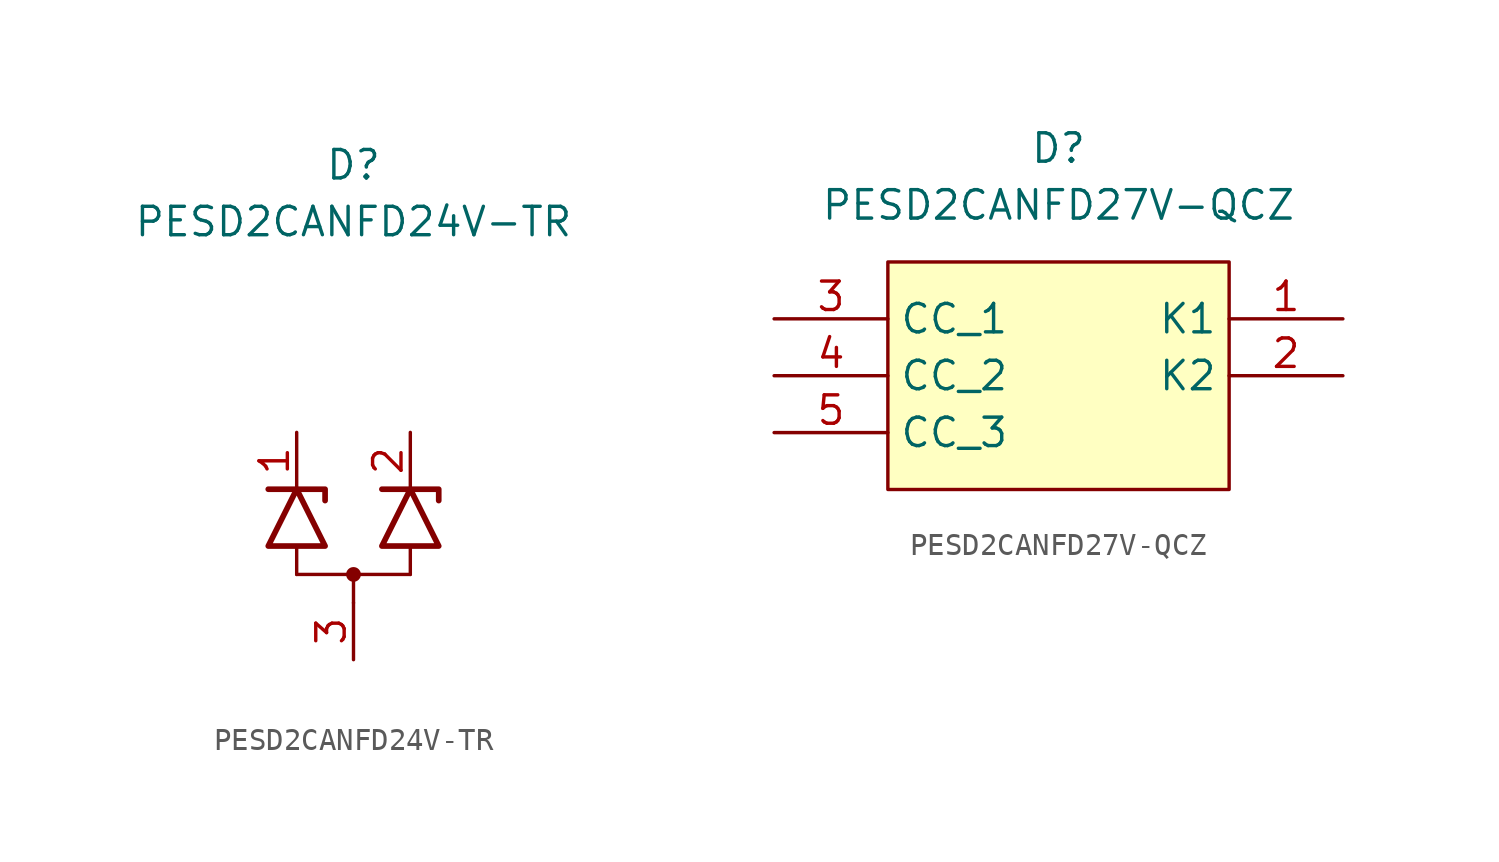
<source format=kicad_sym>
(kicad_symbol_lib
  (version 20241209)
  (generator "kicad_symbol_editor")
  (generator_version "9.0")
  (symbol "PESD2CANFD24V-TR"
    (pin_names hide)
    (property "Reference" "D"
      (at 0 17.78 0)
      (effects (font (size 1.27 1.27)) (justify top)))
    (property "Value" "PESD2CANFD24V-TR"
      (at 0 15.24 0)
      (effects (font (size 1.27 1.27)) (justify top)))
    (symbol "PESD2CANFD24V-TR_0_1"
      (polyline (pts (xy -2.54 -1.27) (xy 2.54 -1.27)) (stroke (width 0) (type default)) (fill (type none)))
      (polyline (pts (xy -2.54 0) (xy -2.54 -1.27)) (stroke (width 0.152) (type default)) (fill (type none)))
      (polyline (pts (xy 0 -2.54) (xy 0 -1.27)) (stroke (width 0) (type default)) (fill (type none)))
      (polyline (pts (xy -3.81 2.54) (xy -1.27 2.54) (xy -1.27 2.032)) (stroke (width 0.254) (type default)) (fill (type none)))
      (polyline (pts (xy -1.27 0) (xy -3.81 0) (xy -2.54 2.54) (xy -1.27 0)) (stroke (width 0.254) (type default)) (fill (type none))))
    (symbol "PESD2CANFD24V-TR_1_1"
      (circle (center 0 -1.27) (radius 0.254) (stroke (width 0) (type default)) (fill (type outline)))
      (polyline (pts (xy 2.54 0) (xy 2.54 -1.27)) (stroke (width 0.152) (type default)) (fill (type none)))
      (polyline (pts (xy 1.27 2.54) (xy 3.81 2.54) (xy 3.81 2.032)) (stroke (width 0.254) (type default)) (fill (type none)))
      (polyline (pts (xy 3.81 0) (xy 1.27 0) (xy 2.54 2.54) (xy 3.81 0)) (stroke (width 0.254) (type default)) (fill (type none)))
      (pin passive line (at -2.54 5.08 270) (length 2.54) (name "K1" (effects (font (size 1.27 1.27)))) (number "1" (effects (font (size 1.27 1.27)))))
      (pin passive line (at 2.54 5.08 270) (length 2.54) (name "K2" (effects (font (size 1.27 1.27)))) (number "2" (effects (font (size 1.27 1.27)))))
      (pin passive line (at 0 -5.08 90) (length 2.54) (name "CC" (effects (font (size 1.27 1.27)))) (number "3" (effects (font (size 1.27 1.27)))))))
  (symbol "PESD2CANFD27V-QCZ"
    (property "Reference" "D"
      (at 0 7.62 0)
      (effects (font (size 1.27 1.27))))
    (property "Value" "PESD2CANFD27V-QCZ"
      (at 0 5.08 0)
      (effects (font (size 1.27 1.27))))
    (symbol "PESD2CANFD27V-QCZ_1_1"
      (rectangle (start -7.62 2.54) (end 7.62 -7.62) (stroke (width 0) (type solid)) (fill (type background)))
      (pin passive line (at -12.7 0 0) (length 5.08) (name "CC_1" (effects (font (size 1.27 1.27)))) (number "3" (effects (font (size 1.27 1.27)))))
      (pin passive line (at -12.7 -2.54 0) (length 5.08) (name "CC_2" (effects (font (size 1.27 1.27)))) (number "4" (effects (font (size 1.27 1.27)))))
      (pin passive line (at -12.7 -5.08 0) (length 5.08) (name "CC_3" (effects (font (size 1.27 1.27)))) (number "5" (effects (font (size 1.27 1.27)))))
      (pin passive line (at 12.7 0 180) (length 5.08) (name "K1" (effects (font (size 1.27 1.27)))) (number "1" (effects (font (size 1.27 1.27)))))
      (pin passive line (at 12.7 -2.54 180) (length 5.08) (name "K2" (effects (font (size 1.27 1.27)))) (number "2" (effects (font (size 1.27 1.27))))))))
</source>
